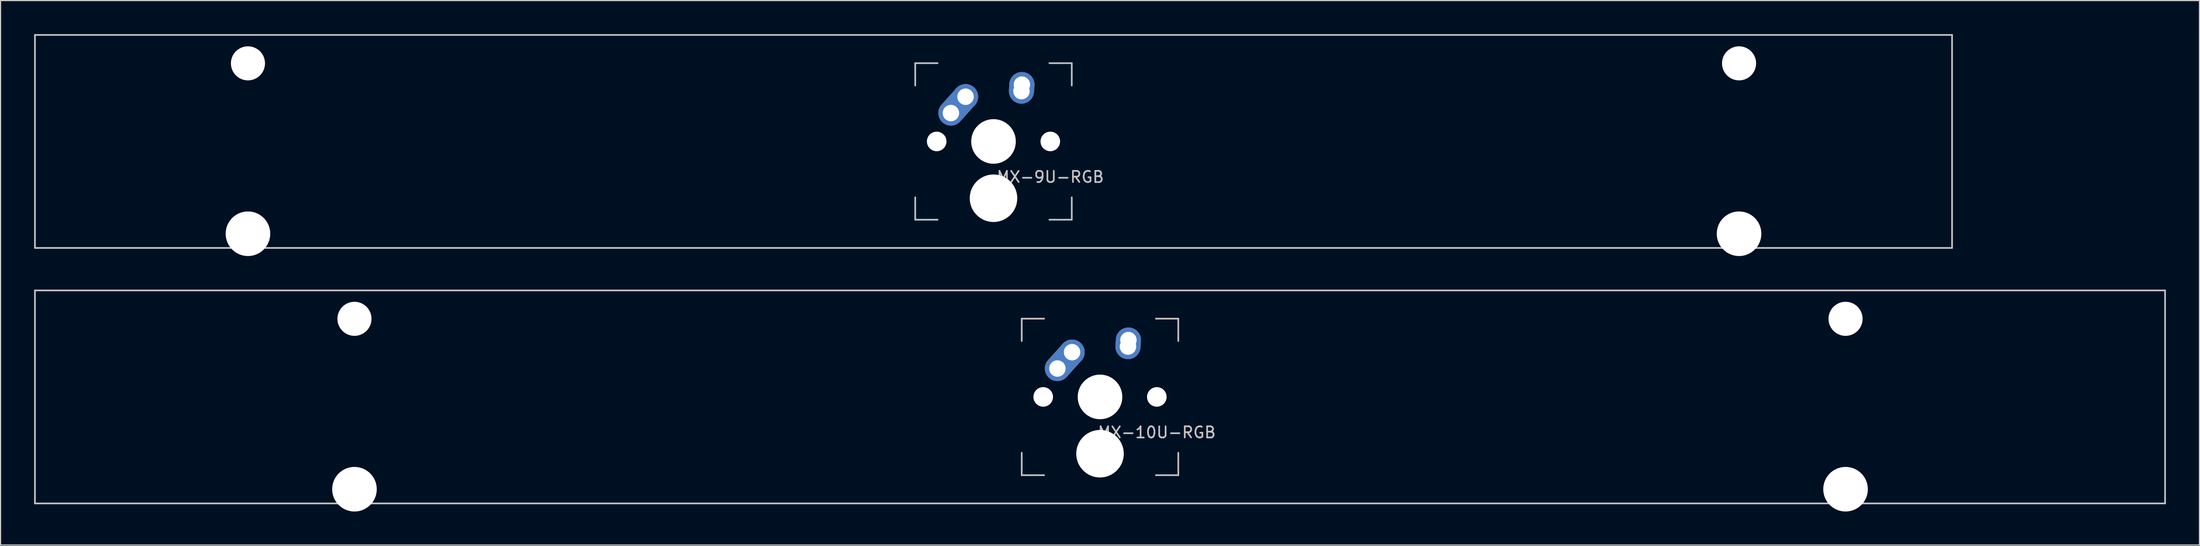
<source format=kicad_pcb>
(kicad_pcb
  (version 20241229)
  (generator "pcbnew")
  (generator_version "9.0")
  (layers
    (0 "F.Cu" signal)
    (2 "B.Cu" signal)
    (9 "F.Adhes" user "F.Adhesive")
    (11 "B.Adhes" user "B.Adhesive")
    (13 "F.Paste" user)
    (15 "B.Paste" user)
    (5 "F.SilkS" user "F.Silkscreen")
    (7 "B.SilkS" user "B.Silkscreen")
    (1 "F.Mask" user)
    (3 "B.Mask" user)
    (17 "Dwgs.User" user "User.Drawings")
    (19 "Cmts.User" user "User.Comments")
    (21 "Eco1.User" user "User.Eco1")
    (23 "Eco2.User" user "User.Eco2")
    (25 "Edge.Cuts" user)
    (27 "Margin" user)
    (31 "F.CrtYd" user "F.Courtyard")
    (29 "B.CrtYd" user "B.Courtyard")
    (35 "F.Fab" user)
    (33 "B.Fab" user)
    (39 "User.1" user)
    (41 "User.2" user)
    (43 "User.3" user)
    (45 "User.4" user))
  (footprint "MX-10U-RGB"
    (layer "F.Cu")
    (at 95.325 32.449)
    (property "Reference" "MX-10U-RGB" (at 5.08 3.175 0) (layer "Dwgs.User") (effects (font (size 1 1) (thickness 0.15))))
    (attr through_hole)
    (fp_line (start -95.25 -9.525) (end 95.25 -9.525) (stroke (width 0.15) (type solid)) (layer "Dwgs.User"))
    (fp_line (start -95.25 9.525) (end -95.25 -9.525) (stroke (width 0.15) (type solid)) (layer "Dwgs.User"))
    (fp_line (start -95.25 9.525) (end 95.25 9.525) (stroke (width 0.15) (type solid)) (layer "Dwgs.User"))
    (fp_line (start -7 -7) (end -7 -5) (stroke (width 0.15) (type solid)) (layer "Dwgs.User"))
    (fp_line (start -7 5) (end -7 7) (stroke (width 0.15) (type solid)) (layer "Dwgs.User"))
    (fp_line (start -7 7) (end -5 7) (stroke (width 0.15) (type solid)) (layer "Dwgs.User"))
    (fp_line (start -5 -7) (end -7 -7) (stroke (width 0.15) (type solid)) (layer "Dwgs.User"))
    (fp_line (start 5 -7) (end 7 -7) (stroke (width 0.15) (type solid)) (layer "Dwgs.User"))
    (fp_line (start 5 7) (end 7 7) (stroke (width 0.15) (type solid)) (layer "Dwgs.User"))
    (fp_line (start 7 -7) (end 7 -5) (stroke (width 0.15) (type solid)) (layer "Dwgs.User"))
    (fp_line (start 7 7) (end 7 5) (stroke (width 0.15) (type solid)) (layer "Dwgs.User"))
    (fp_line (start 95.25 -9.525) (end 95.25 9.525) (stroke (width 0.15) (type solid)) (layer "Dwgs.User"))
    (pad "" np_thru_hole circle (at -66.675 -6.985) (size 3.048 3.048) (drill 3.048) (layers "*.Cu" "*.Mask"))
    (pad "" np_thru_hole circle (at -66.675 8.255) (size 3.988 3.988) (drill 3.988) (layers "*.Cu" "*.Mask"))
    (pad "" np_thru_hole circle (at -5.08 0 48.1) (size 1.75 1.75) (drill 1.75) (layers "*.Cu" "*.Mask"))
    (pad "" np_thru_hole circle (at 0 0) (size 3.988 3.988) (drill 3.988) (layers "*.Cu" "*.Mask"))
    (pad "" np_thru_hole circle (at 0 5.08) (size 4.25 4.25) (drill 4.25) (layers "*.Cu" "*.Mask"))
    (pad "" np_thru_hole circle (at 5.08 0 48.1) (size 1.75 1.75) (drill 1.75) (layers "*.Cu" "*.Mask"))
    (pad "" np_thru_hole circle (at 66.675 -6.985) (size 3.048 3.048) (drill 3.048) (layers "*.Cu" "*.Mask"))
    (pad "" np_thru_hole circle (at 66.675 8.255) (size 3.988 3.988) (drill 3.988) (layers "*.Cu" "*.Mask"))
    (pad "1" thru_hole oval (at -3.81 -2.54 48.1) (size 4.212 2.25) (drill 1.47 (offset 0.981 0)) (layers "*.Cu" "B.Mask"))
    (pad "1" thru_hole circle (at -2.5 -4) (size 2.25 2.25) (drill 1.47) (layers "*.Cu" "B.Mask"))
    (pad "2" thru_hole oval (at 2.5 -4.5 86.055) (size 2.831 2.25) (drill 1.47 (offset 0.291 0)) (layers "*.Cu" "B.Mask"))
    (pad "2" thru_hole circle (at 2.54 -5.08) (size 2.25 2.25) (drill 1.47) (layers "*.Cu" "B.Mask")))
  (footprint "MX-9U-RGB"
    (layer "F.Cu")
    (at 85.8 9.6)
    (property "Reference" "MX-9U-RGB" (at 5.08 3.175 0) (layer "Dwgs.User") (effects (font (size 1 1) (thickness 0.15))))
    (attr through_hole)
    (fp_line (start -85.725 -9.525) (end 85.725 -9.525) (stroke (width 0.15) (type solid)) (layer "Dwgs.User"))
    (fp_line (start -85.725 9.525) (end -85.725 -9.525) (stroke (width 0.15) (type solid)) (layer "Dwgs.User"))
    (fp_line (start -85.725 9.525) (end 85.725 9.525) (stroke (width 0.15) (type solid)) (layer "Dwgs.User"))
    (fp_line (start -7 -7) (end -7 -5) (stroke (width 0.15) (type solid)) (layer "Dwgs.User"))
    (fp_line (start -7 5) (end -7 7) (stroke (width 0.15) (type solid)) (layer "Dwgs.User"))
    (fp_line (start -7 7) (end -5 7) (stroke (width 0.15) (type solid)) (layer "Dwgs.User"))
    (fp_line (start -5 -7) (end -7 -7) (stroke (width 0.15) (type solid)) (layer "Dwgs.User"))
    (fp_line (start 5 -7) (end 7 -7) (stroke (width 0.15) (type solid)) (layer "Dwgs.User"))
    (fp_line (start 5 7) (end 7 7) (stroke (width 0.15) (type solid)) (layer "Dwgs.User"))
    (fp_line (start 7 -7) (end 7 -5) (stroke (width 0.15) (type solid)) (layer "Dwgs.User"))
    (fp_line (start 7 7) (end 7 5) (stroke (width 0.15) (type solid)) (layer "Dwgs.User"))
    (fp_line (start 85.725 -9.525) (end 85.725 9.525) (stroke (width 0.15) (type solid)) (layer "Dwgs.User"))
    (pad "" np_thru_hole circle (at -66.675 -6.985) (size 3.048 3.048) (drill 3.048) (layers "*.Cu" "*.Mask"))
    (pad "" np_thru_hole circle (at -66.675 8.255) (size 3.988 3.988) (drill 3.988) (layers "*.Cu" "*.Mask"))
    (pad "" np_thru_hole circle (at -5.08 0 48.1) (size 1.75 1.75) (drill 1.75) (layers "*.Cu" "*.Mask"))
    (pad "" np_thru_hole circle (at 0 0) (size 3.988 3.988) (drill 3.988) (layers "*.Cu" "*.Mask"))
    (pad "" np_thru_hole circle (at 0 5.08) (size 4.25 4.25) (drill 4.25) (layers "*.Cu" "*.Mask"))
    (pad "" np_thru_hole circle (at 5.08 0 48.1) (size 1.75 1.75) (drill 1.75) (layers "*.Cu" "*.Mask"))
    (pad "" np_thru_hole circle (at 66.675 -6.985) (size 3.048 3.048) (drill 3.048) (layers "*.Cu" "*.Mask"))
    (pad "" np_thru_hole circle (at 66.675 8.255) (size 3.988 3.988) (drill 3.988) (layers "*.Cu" "*.Mask"))
    (pad "1" thru_hole oval (at -3.81 -2.54 48.1) (size 4.212 2.25) (drill 1.47 (offset 0.981 0)) (layers "*.Cu" "B.Mask"))
    (pad "1" thru_hole circle (at -2.5 -4) (size 2.25 2.25) (drill 1.47) (layers "*.Cu" "B.Mask"))
    (pad "2" thru_hole oval (at 2.5 -4.5 86.055) (size 2.831 2.25) (drill 1.47 (offset 0.291 0)) (layers "*.Cu" "B.Mask"))
    (pad "2" thru_hole circle (at 2.54 -5.08) (size 2.25 2.25) (drill 1.47) (layers "*.Cu" "B.Mask")))
  (gr_rect
    (start -3 -3)
    (end 193.65 45.698)
    (stroke (width 0.1) (type default))
    (fill no)
    (layer "Edge.Cuts")))
</source>
